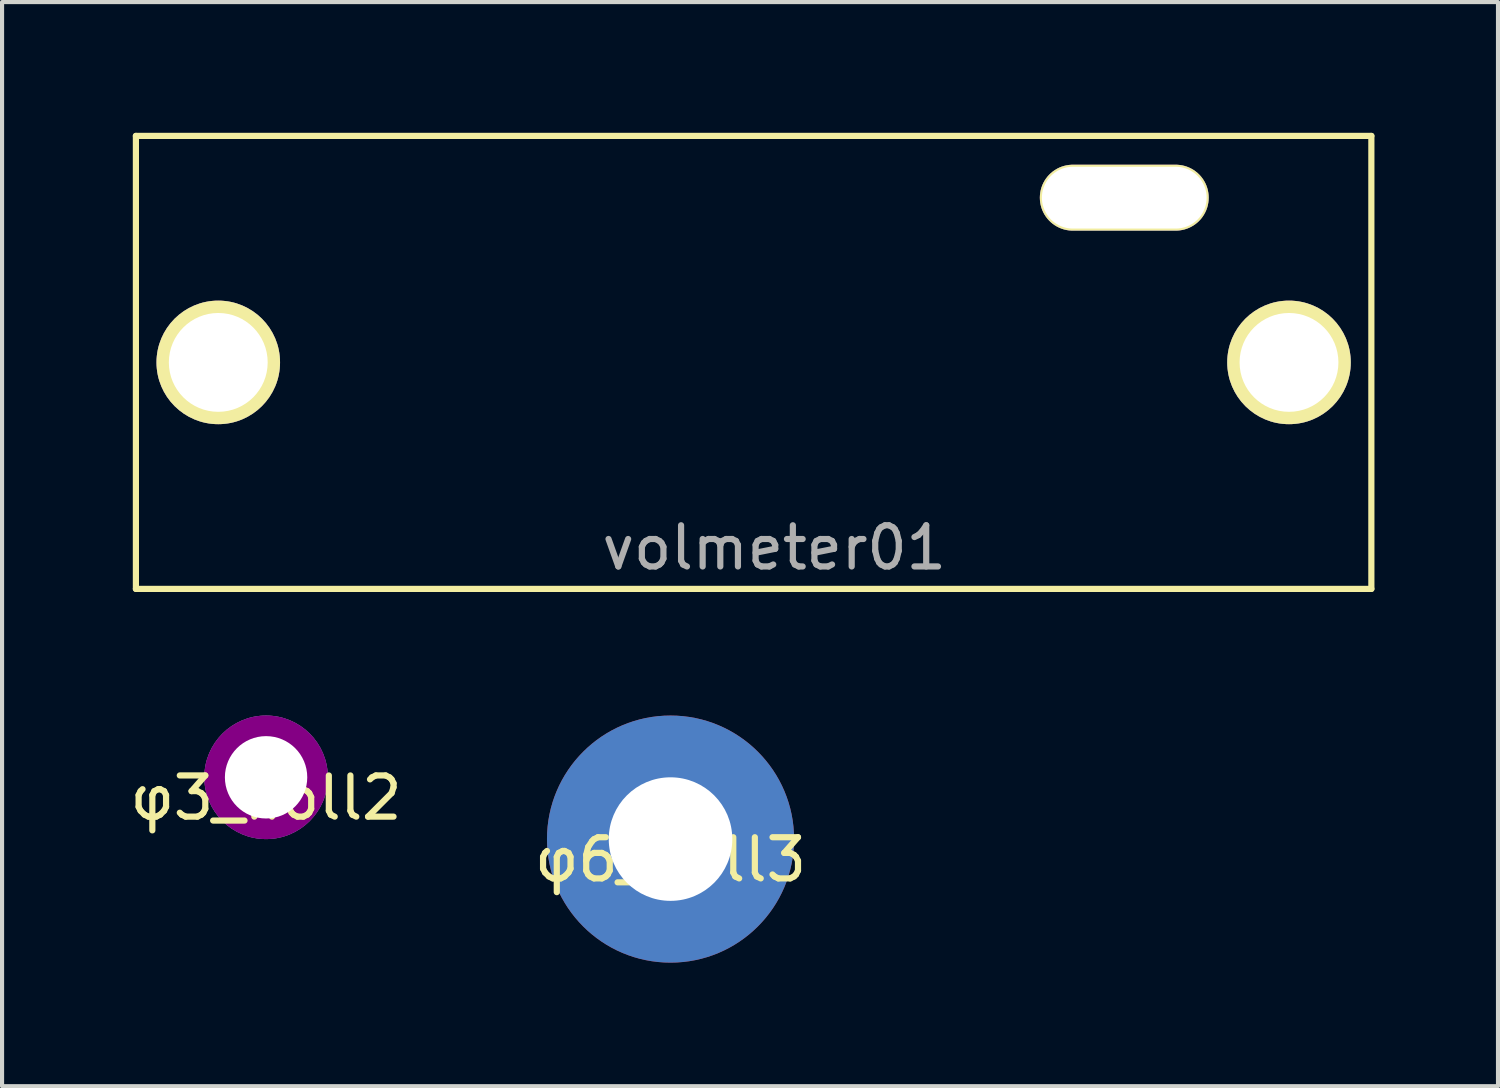
<source format=kicad_pcb>
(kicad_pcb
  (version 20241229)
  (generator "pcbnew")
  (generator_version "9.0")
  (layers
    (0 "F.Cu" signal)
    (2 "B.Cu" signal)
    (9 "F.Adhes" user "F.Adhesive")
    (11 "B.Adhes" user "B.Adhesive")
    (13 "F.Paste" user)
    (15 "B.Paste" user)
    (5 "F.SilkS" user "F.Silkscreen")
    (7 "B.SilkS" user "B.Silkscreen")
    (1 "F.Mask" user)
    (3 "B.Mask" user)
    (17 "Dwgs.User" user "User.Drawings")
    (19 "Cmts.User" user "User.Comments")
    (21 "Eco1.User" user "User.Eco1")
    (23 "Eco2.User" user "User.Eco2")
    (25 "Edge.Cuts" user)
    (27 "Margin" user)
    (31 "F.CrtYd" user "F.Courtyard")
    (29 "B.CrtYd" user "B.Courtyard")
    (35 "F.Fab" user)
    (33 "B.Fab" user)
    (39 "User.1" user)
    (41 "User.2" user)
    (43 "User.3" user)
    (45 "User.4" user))
  (footprint "volmeter01"
    (layer "F.Cu")
    (at 0.25 0.25)
    (property "Reference" "volmeter01" (at 15.5 10 0) (layer "F.Fab") (effects (font (size 1 1) (thickness 0.15))))
    (attr through_hole)
    (fp_line (start 0 0) (end 30 0) (stroke (width 0.15) (type solid)) (layer "F.SilkS"))
    (fp_line (start 0 11) (end 0 0) (stroke (width 0.15) (type solid)) (layer "F.SilkS"))
    (fp_line (start 30 0) (end 30 11) (stroke (width 0.15) (type solid)) (layer "F.SilkS"))
    (fp_line (start 30 11) (end 0 11) (stroke (width 0.15) (type solid)) (layer "F.SilkS"))
    (pad "1" thru_hole circle (at 2 5.5) (size 3 3) (drill 2.4) (layers "*.Cu" "*.Mask" "F.SilkS"))
    (pad "1" thru_hole oval (at 24 1.5) (size 4.1 1.6) (drill oval 4 1.5) (layers "*.Cu" "*.Mask" "F.SilkS"))
    (pad "1" thru_hole circle (at 28 5.5) (size 3 3) (drill 2.4) (layers "*.Cu" "*.Mask" "F.SilkS")))
  (footprint "φ3_holl2"
    (layer "F.Cu")
    (at 3.411 15.825)
    (property "Reference" "φ3_holl2" (at 0 0.5 0) (layer "F.SilkS") (effects (font (size 1 1) (thickness 0.15))))
    (attr through_hole)
    (pad "1" thru_hole circle (at 0 0) (size 3 3) (drill 2) (layers "*.Cu" "*.Mask" "F.Adhes")))
  (footprint "φ6_holl3"
    (layer "F.Cu")
    (at 13.232 17.325)
    (property "Reference" "φ6_holl3" (at 0 0.5 0) (layer "F.SilkS") (effects (font (size 1 1) (thickness 0.15))))
    (attr through_hole)
    (pad "1" thru_hole circle (at 0 0) (size 6 6) (drill 3) (layers "*.Cu" "*.Mask")))
  (gr_rect
    (start -3 -3)
    (end 33.325 23.325)
    (stroke (width 0.1) (type default))
    (fill no)
    (layer "Edge.Cuts")))
</source>
